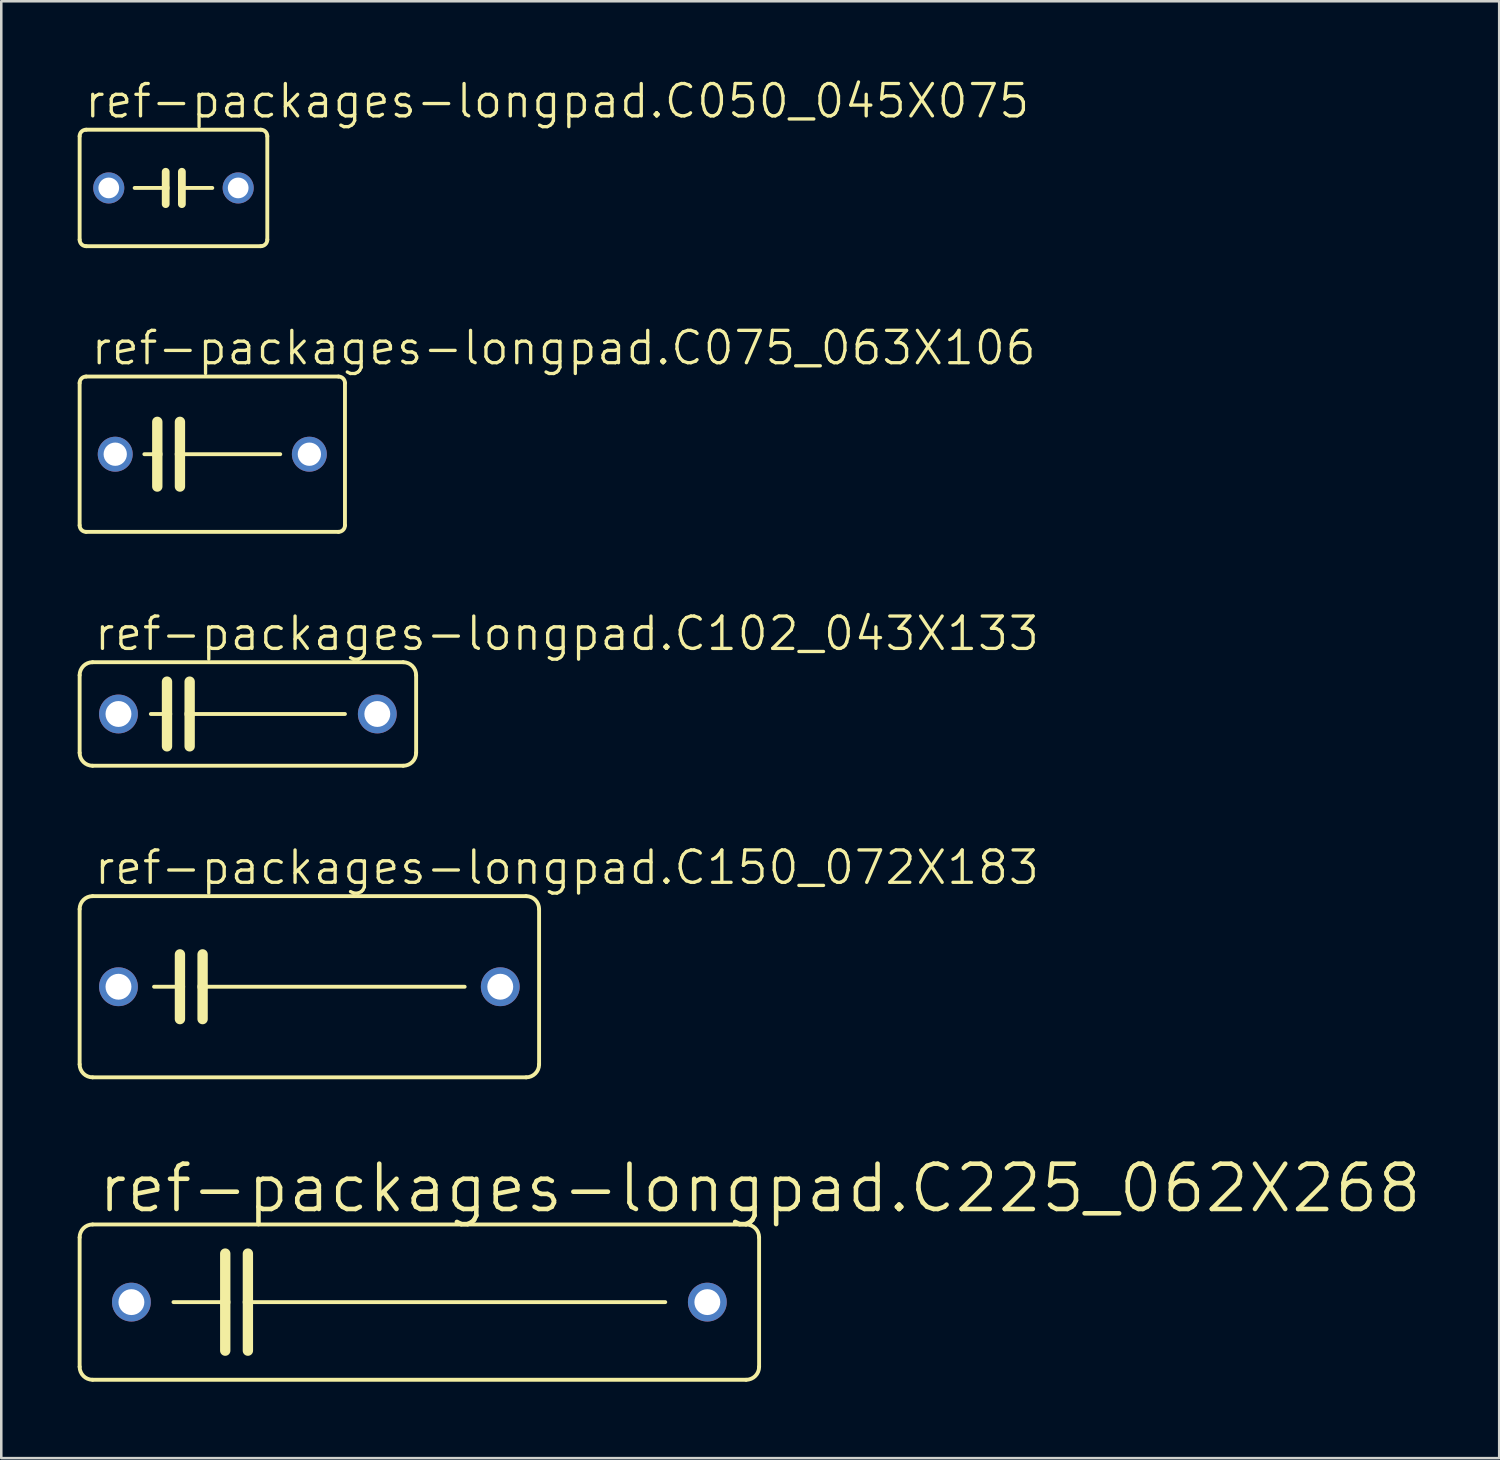
<source format=kicad_pcb>
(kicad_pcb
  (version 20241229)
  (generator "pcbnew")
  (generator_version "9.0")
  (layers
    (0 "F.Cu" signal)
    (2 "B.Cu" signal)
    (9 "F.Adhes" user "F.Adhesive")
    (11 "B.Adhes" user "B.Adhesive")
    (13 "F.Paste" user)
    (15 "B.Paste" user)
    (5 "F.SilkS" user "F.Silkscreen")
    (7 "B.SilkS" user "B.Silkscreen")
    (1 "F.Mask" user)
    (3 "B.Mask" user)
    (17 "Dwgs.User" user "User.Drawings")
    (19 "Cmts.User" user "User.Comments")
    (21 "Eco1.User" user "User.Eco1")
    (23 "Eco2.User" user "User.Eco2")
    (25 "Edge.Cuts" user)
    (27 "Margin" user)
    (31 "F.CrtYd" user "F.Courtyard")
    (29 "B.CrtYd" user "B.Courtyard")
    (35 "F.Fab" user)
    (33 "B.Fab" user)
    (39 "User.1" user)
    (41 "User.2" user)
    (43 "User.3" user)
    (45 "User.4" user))
  (footprint "ref-packages-longpad.C050_045X075"
    (layer "F.Cu")
    (at 3.759 4.327)
    (property "Reference" "ref-packages-longpad.C050_045X075" (at -3.556 -2.667 0) (layer "F.SilkS") (effects (font (size 1.27 1.27) (thickness 0.13)) (justify left bottom)))
    (attr through_hole)
    (fp_line (start -3.683 -2.032) (end -3.683 2.032) (stroke (width 0.152) (type default)) (layer "F.SilkS"))
    (fp_line (start -3.429 2.286) (end 3.429 2.286) (stroke (width 0.152) (type default)) (layer "F.SilkS"))
    (fp_line (start -0.305 -0.635) (end -0.305 0) (stroke (width 0.305) (type default)) (layer "F.SilkS"))
    (fp_line (start -0.305 0) (end -1.524 0) (stroke (width 0.152) (type default)) (layer "F.SilkS"))
    (fp_line (start -0.305 0) (end -0.305 0.635) (stroke (width 0.305) (type default)) (layer "F.SilkS"))
    (fp_line (start 0.33 -0.635) (end 0.33 0) (stroke (width 0.305) (type default)) (layer "F.SilkS"))
    (fp_line (start 0.33 0) (end 0.33 0.635) (stroke (width 0.305) (type default)) (layer "F.SilkS"))
    (fp_line (start 0.33 0) (end 1.524 0) (stroke (width 0.152) (type default)) (layer "F.SilkS"))
    (fp_line (start 3.429 -2.286) (end -3.429 -2.286) (stroke (width 0.152) (type default)) (layer "F.SilkS"))
    (fp_line (start 3.683 2.032) (end 3.683 -2.032) (stroke (width 0.152) (type default)) (layer "F.SilkS"))
    (fp_arc (start -3.683 -2.032) (mid -3.608605 -2.211605) (end -3.429 -2.286) (stroke (width 0.1524) (type default)) (layer "F.SilkS"))
    (fp_arc (start -3.429 2.286) (mid -3.608605 2.211605) (end -3.683 2.032) (stroke (width 0.1524) (type default)) (layer "F.SilkS"))
    (fp_arc (start 3.429 -2.286) (mid 3.608605 -2.211605) (end 3.683 -2.032) (stroke (width 0.1524) (type default)) (layer "F.SilkS"))
    (fp_arc (start 3.683 2.032) (mid 3.608605 2.211605) (end 3.429 2.286) (stroke (width 0.1524) (type default)) (layer "F.SilkS"))
    (pad "1" thru_hole circle (at -2.54 0) (size 1.219 1.219) (drill 0.813) (layers "*.Cu" "*.Mask"))
    (pad "2" thru_hole circle (at 2.54 0) (size 1.219 1.219) (drill 0.813) (layers "*.Cu" "*.Mask")))
  (footprint "ref-packages-longpad.C102_043X133"
    (layer "F.Cu")
    (at 6.68 24.975)
    (property "Reference" "ref-packages-longpad.C102_043X133" (at -6.096 -2.413 0) (layer "F.SilkS") (effects (font (size 1.27 1.27) (thickness 0.13)) (justify left bottom)))
    (attr through_hole)
    (fp_line (start -6.604 1.524) (end -6.604 -1.524) (stroke (width 0.152) (type default)) (layer "F.SilkS"))
    (fp_line (start -6.096 -2.032) (end 6.096 -2.032) (stroke (width 0.152) (type default)) (layer "F.SilkS"))
    (fp_line (start -3.81 0) (end -3.175 0) (stroke (width 0.152) (type default)) (layer "F.SilkS"))
    (fp_line (start -3.175 -1.27) (end -3.175 0) (stroke (width 0.406) (type default)) (layer "F.SilkS"))
    (fp_line (start -3.175 0) (end -3.175 1.27) (stroke (width 0.406) (type default)) (layer "F.SilkS"))
    (fp_line (start -2.286 -1.27) (end -2.286 0) (stroke (width 0.406) (type default)) (layer "F.SilkS"))
    (fp_line (start -2.286 0) (end -2.286 1.27) (stroke (width 0.406) (type default)) (layer "F.SilkS"))
    (fp_line (start 3.81 0) (end -2.286 0) (stroke (width 0.152) (type default)) (layer "F.SilkS"))
    (fp_line (start 6.096 2.032) (end -6.096 2.032) (stroke (width 0.152) (type default)) (layer "F.SilkS"))
    (fp_line (start 6.604 -1.524) (end 6.604 1.524) (stroke (width 0.152) (type default)) (layer "F.SilkS"))
    (fp_arc (start -6.604 -1.524) (mid -6.45521 -1.88321) (end -6.096 -2.032) (stroke (width 0.1524) (type default)) (layer "F.SilkS"))
    (fp_arc (start -6.096 2.032) (mid -6.45521 1.88321) (end -6.604 1.524) (stroke (width 0.1524) (type default)) (layer "F.SilkS"))
    (fp_arc (start 6.096 -2.032) (mid 6.45521 -1.88321) (end 6.604 -1.524) (stroke (width 0.1524) (type default)) (layer "F.SilkS"))
    (fp_arc (start 6.604 1.524) (mid 6.45521 1.88321) (end 6.096 2.032) (stroke (width 0.1524) (type default)) (layer "F.SilkS"))
    (pad "1" thru_hole circle (at -5.08 0) (size 1.524 1.524) (drill 1.016) (layers "*.Cu" "*.Mask"))
    (pad "2" thru_hole circle (at 5.08 0) (size 1.524 1.524) (drill 1.016) (layers "*.Cu" "*.Mask")))
  (footprint "ref-packages-longpad.C075_063X106"
    (layer "F.Cu")
    (at 5.283 14.778)
    (property "Reference" "ref-packages-longpad.C075_063X106" (at -4.826 -3.429 0) (layer "F.SilkS") (effects (font (size 1.27 1.27) (thickness 0.13)) (justify left bottom)))
    (attr through_hole)
    (fp_line (start -5.207 -2.794) (end -5.207 2.794) (stroke (width 0.152) (type default)) (layer "F.SilkS"))
    (fp_line (start -4.953 3.048) (end 4.953 3.048) (stroke (width 0.152) (type default)) (layer "F.SilkS"))
    (fp_line (start -2.667 0) (end -2.159 0) (stroke (width 0.152) (type default)) (layer "F.SilkS"))
    (fp_line (start -2.159 -1.27) (end -2.159 0) (stroke (width 0.406) (type default)) (layer "F.SilkS"))
    (fp_line (start -2.159 0) (end -2.159 1.27) (stroke (width 0.406) (type default)) (layer "F.SilkS"))
    (fp_line (start -1.27 -1.27) (end -1.27 0) (stroke (width 0.406) (type default)) (layer "F.SilkS"))
    (fp_line (start -1.27 0) (end -1.27 1.27) (stroke (width 0.406) (type default)) (layer "F.SilkS"))
    (fp_line (start -1.27 0) (end 2.667 0) (stroke (width 0.152) (type default)) (layer "F.SilkS"))
    (fp_line (start 4.953 -3.048) (end -4.953 -3.048) (stroke (width 0.152) (type default)) (layer "F.SilkS"))
    (fp_line (start 5.207 2.794) (end 5.207 -2.794) (stroke (width 0.152) (type default)) (layer "F.SilkS"))
    (fp_arc (start -5.207 -2.794) (mid -5.132605 -2.973605) (end -4.953 -3.048) (stroke (width 0.1524) (type default)) (layer "F.SilkS"))
    (fp_arc (start -4.953 3.048) (mid -5.132605 2.973605) (end -5.207 2.794) (stroke (width 0.1524) (type default)) (layer "F.SilkS"))
    (fp_arc (start 4.953 -3.048) (mid 5.132605 -2.973605) (end 5.207 -2.794) (stroke (width 0.1524) (type default)) (layer "F.SilkS"))
    (fp_arc (start 5.207 2.794) (mid 5.132605 2.973605) (end 4.953 3.048) (stroke (width 0.1524) (type default)) (layer "F.SilkS"))
    (pad "1" thru_hole circle (at -3.81 0) (size 1.372 1.372) (drill 0.914) (layers "*.Cu" "*.Mask"))
    (pad "2" thru_hole circle (at 3.81 0) (size 1.372 1.372) (drill 0.914) (layers "*.Cu" "*.Mask")))
  (footprint "ref-packages-longpad.C150_072X183"
    (layer "F.Cu")
    (at 9.093 35.681)
    (property "Reference" "ref-packages-longpad.C150_072X183" (at -8.509 -3.937 0) (layer "F.SilkS") (effects (font (size 1.27 1.27) (thickness 0.13)) (justify left bottom)))
    (attr through_hole)
    (fp_line (start -9.017 3.048) (end -9.017 -3.048) (stroke (width 0.152) (type default)) (layer "F.SilkS"))
    (fp_line (start -8.509 -3.556) (end 8.509 -3.556) (stroke (width 0.152) (type default)) (layer "F.SilkS"))
    (fp_line (start -5.08 -1.27) (end -5.08 0) (stroke (width 0.406) (type default)) (layer "F.SilkS"))
    (fp_line (start -5.08 0) (end -6.096 0) (stroke (width 0.152) (type default)) (layer "F.SilkS"))
    (fp_line (start -5.08 0) (end -5.08 1.27) (stroke (width 0.406) (type default)) (layer "F.SilkS"))
    (fp_line (start -4.191 -1.27) (end -4.191 0) (stroke (width 0.406) (type default)) (layer "F.SilkS"))
    (fp_line (start -4.191 0) (end -4.191 1.27) (stroke (width 0.406) (type default)) (layer "F.SilkS"))
    (fp_line (start -4.191 0) (end 6.096 0) (stroke (width 0.152) (type default)) (layer "F.SilkS"))
    (fp_line (start 8.509 3.556) (end -8.509 3.556) (stroke (width 0.152) (type default)) (layer "F.SilkS"))
    (fp_line (start 9.017 -3.048) (end 9.017 3.048) (stroke (width 0.152) (type default)) (layer "F.SilkS"))
    (fp_arc (start -9.017 -3.048) (mid -8.86821 -3.40721) (end -8.509 -3.556) (stroke (width 0.1524) (type default)) (layer "F.SilkS"))
    (fp_arc (start -8.509 3.556) (mid -8.86821 3.40721) (end -9.017 3.048) (stroke (width 0.1524) (type default)) (layer "F.SilkS"))
    (fp_arc (start 8.509 -3.556) (mid 8.86821 -3.40721) (end 9.017 -3.048) (stroke (width 0.1524) (type default)) (layer "F.SilkS"))
    (fp_arc (start 9.017 3.048) (mid 8.86821 3.40721) (end 8.509 3.556) (stroke (width 0.1524) (type default)) (layer "F.SilkS"))
    (pad "1" thru_hole circle (at -7.493 0) (size 1.524 1.524) (drill 1.016) (layers "*.Cu" "*.Mask"))
    (pad "2" thru_hole circle (at 7.493 0) (size 1.524 1.524) (drill 1.016) (layers "*.Cu" "*.Mask")))
  (footprint "ref-packages-longpad.C225_062X268"
    (layer "F.Cu")
    (at 13.411 48.06)
    (property "Reference" "ref-packages-longpad.C225_062X268" (at -12.7 -3.429 0) (layer "F.SilkS") (effects (font (size 1.778 1.778) (thickness 0.18)) (justify left bottom)))
    (attr through_hole)
    (fp_line (start -13.335 2.54) (end -13.335 -2.54) (stroke (width 0.152) (type default)) (layer "F.SilkS"))
    (fp_line (start -12.827 -3.048) (end 12.827 -3.048) (stroke (width 0.152) (type default)) (layer "F.SilkS"))
    (fp_line (start -9.652 0) (end -7.62 0) (stroke (width 0.152) (type default)) (layer "F.SilkS"))
    (fp_line (start -7.62 -1.905) (end -7.62 0) (stroke (width 0.406) (type default)) (layer "F.SilkS"))
    (fp_line (start -7.62 0) (end -7.62 1.905) (stroke (width 0.406) (type default)) (layer "F.SilkS"))
    (fp_line (start -6.731 -1.905) (end -6.731 0) (stroke (width 0.406) (type default)) (layer "F.SilkS"))
    (fp_line (start -6.731 0) (end -6.731 1.905) (stroke (width 0.406) (type default)) (layer "F.SilkS"))
    (fp_line (start -6.731 0) (end 9.652 0) (stroke (width 0.152) (type default)) (layer "F.SilkS"))
    (fp_line (start 12.827 3.048) (end -12.827 3.048) (stroke (width 0.152) (type default)) (layer "F.SilkS"))
    (fp_line (start 13.335 -2.54) (end 13.335 2.54) (stroke (width 0.152) (type default)) (layer "F.SilkS"))
    (fp_arc (start -13.335 -2.54) (mid -13.18621 -2.89921) (end -12.827 -3.048) (stroke (width 0.1524) (type default)) (layer "F.SilkS"))
    (fp_arc (start -12.827 3.048) (mid -13.18621 2.89921) (end -13.335 2.54) (stroke (width 0.1524) (type default)) (layer "F.SilkS"))
    (fp_arc (start 12.827 -3.048) (mid 13.18621 -2.89921) (end 13.335 -2.54) (stroke (width 0.1524) (type default)) (layer "F.SilkS"))
    (fp_arc (start 13.335 2.54) (mid 13.18621 2.89921) (end 12.827 3.048) (stroke (width 0.1524) (type default)) (layer "F.SilkS"))
    (pad "1" thru_hole circle (at -11.303 0) (size 1.524 1.524) (drill 1.016) (layers "*.Cu" "*.Mask"))
    (pad "2" thru_hole circle (at 11.303 0) (size 1.524 1.524) (drill 1.016) (layers "*.Cu" "*.Mask")))
  (gr_rect
    (start -3 -3)
    (end 55.796 54.184)
    (stroke (width 0.1) (type default))
    (fill no)
    (layer "Edge.Cuts")))
</source>
